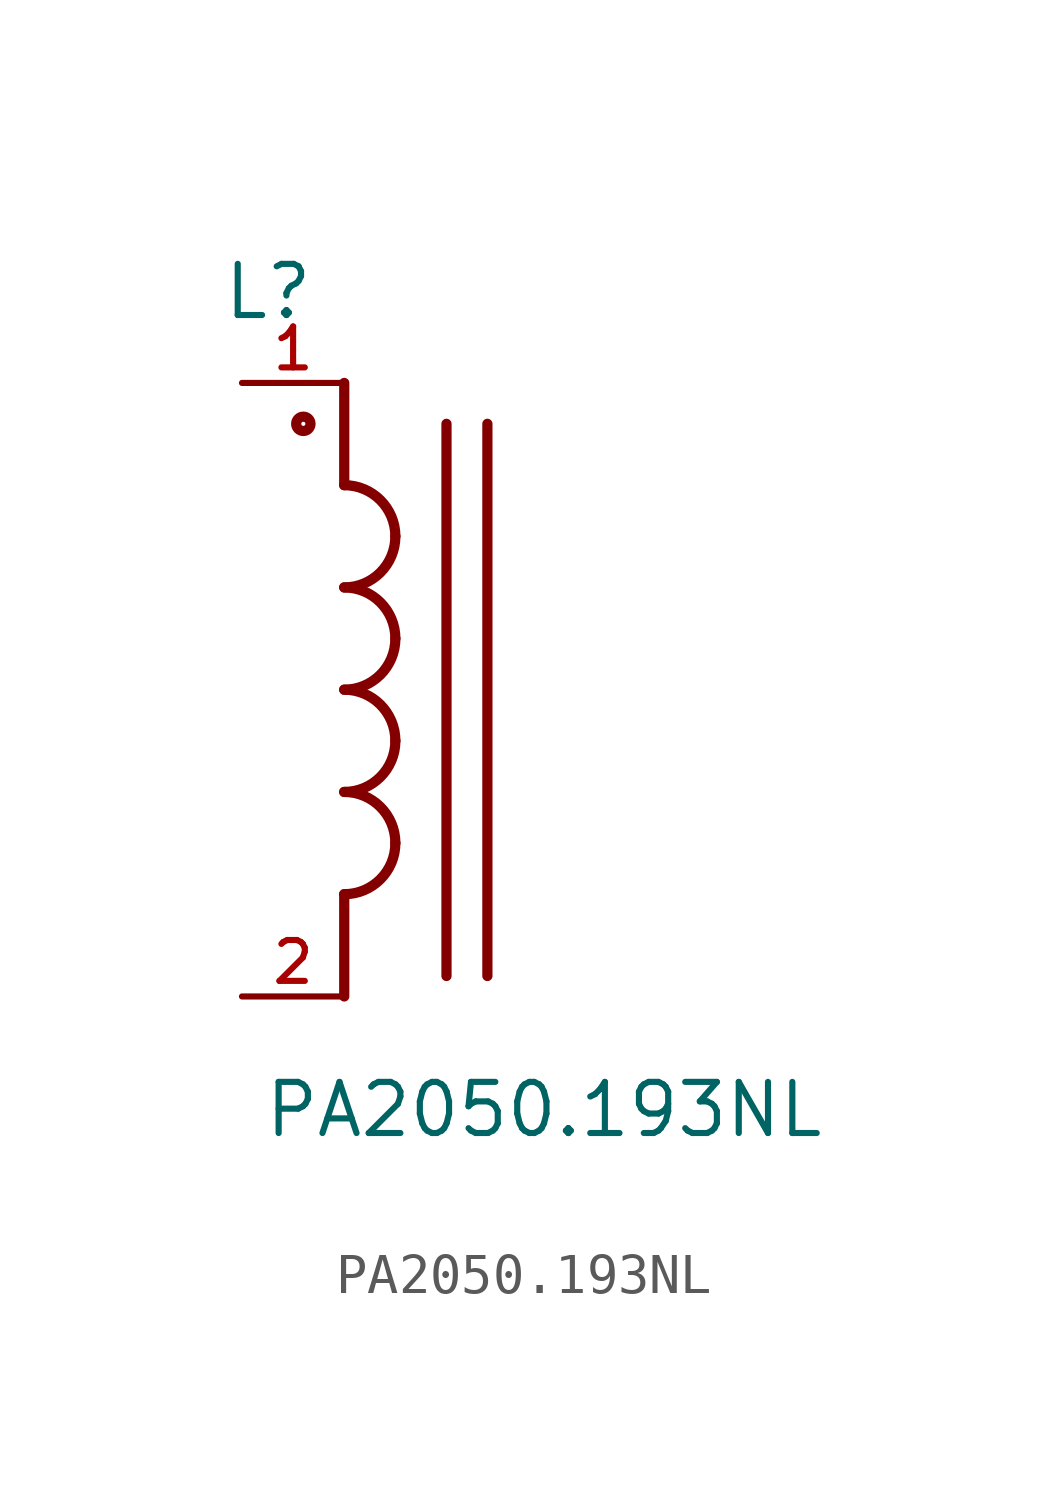
<source format=kicad_sym>
(kicad_symbol_lib
  (version 20211014)
  (generator kicad_symbol_editor)
  (symbol "PA2050.193NL"
    (pin_names
      (offset 1.016))
    (property "Reference" "L"
      (at -3.048 9.144 0)
      (effects (font (size 1.27 1.27)) (justify bottom left)))
    (property "Value" "PA2050.193NL"
      (at -2.032 -11.176 0)
      (effects (font (size 1.27 1.27)) (justify bottom left)))
    (symbol "PA2050.193NL_0_0"
      (arc (start 1.27 3.81) (mid 0.898 4.708) (end 0.0 5.08) (stroke (width 0.254) (type default) (color 0 0 0 0)) (fill (type none)))
      (arc (start 1.27 3.81) (mid 0.898 2.912) (end 0.0 2.54) (stroke (width 0.254) (type default) (color 0 0 0 0)) (fill (type none)))
      (arc (start 1.27 1.27) (mid 0.898 2.168) (end 0.0 2.54) (stroke (width 0.254) (type default) (color 0 0 0 0)) (fill (type none)))
      (arc (start 1.27 1.27) (mid 0.898 0.372) (end 0.0 0.0) (stroke (width 0.254) (type default) (color 0 0 0 0)) (fill (type none)))
      (arc (start 1.27 -1.27) (mid 0.898 -0.372) (end 0.0 0.0) (stroke (width 0.254) (type default) (color 0 0 0 0)) (fill (type none)))
      (arc (start 1.27 -1.27) (mid 0.898 -2.168) (end 0.0 -2.54) (stroke (width 0.254) (type default) (color 0 0 0 0)) (fill (type none)))
      (arc (start 1.27 -3.81) (mid 0.898 -2.912) (end 0.0 -2.54) (stroke (width 0.254) (type default) (color 0 0 0 0)) (fill (type none)))
      (arc (start 1.27 -3.81) (mid 0.898 -4.708) (end 0.0 -5.08) (stroke (width 0.254) (type default) (color 0 0 0 0)) (fill (type none)))
      (polyline (pts (xy 0.0 -5.08) (xy 0.0 -7.62)) (stroke (width 0.254)))
      (polyline (pts (xy 0.0 5.08) (xy 0.0 7.62)) (stroke (width 0.254)))
      (polyline (pts (xy 2.54 6.604) (xy 2.54 -7.112)) (stroke (width 0.254)))
      (polyline (pts (xy 3.556 6.604) (xy 3.556 -7.112)) (stroke (width 0.254)))
      (circle (center -1.016 6.604) (radius 0.178) (stroke (width 0.254)) (fill (type none)))
      (pin passive line (at -2.54 7.62 0) (length 2.54) (name "~" (effects (font (size 1.016 1.016)))) (number "1" (effects (font (size 1.016 1.016)))))
      (pin passive line (at -2.54 -7.62 0) (length 2.54) (name "~" (effects (font (size 1.016 1.016)))) (number "2" (effects (font (size 1.016 1.016))))))))
</source>
